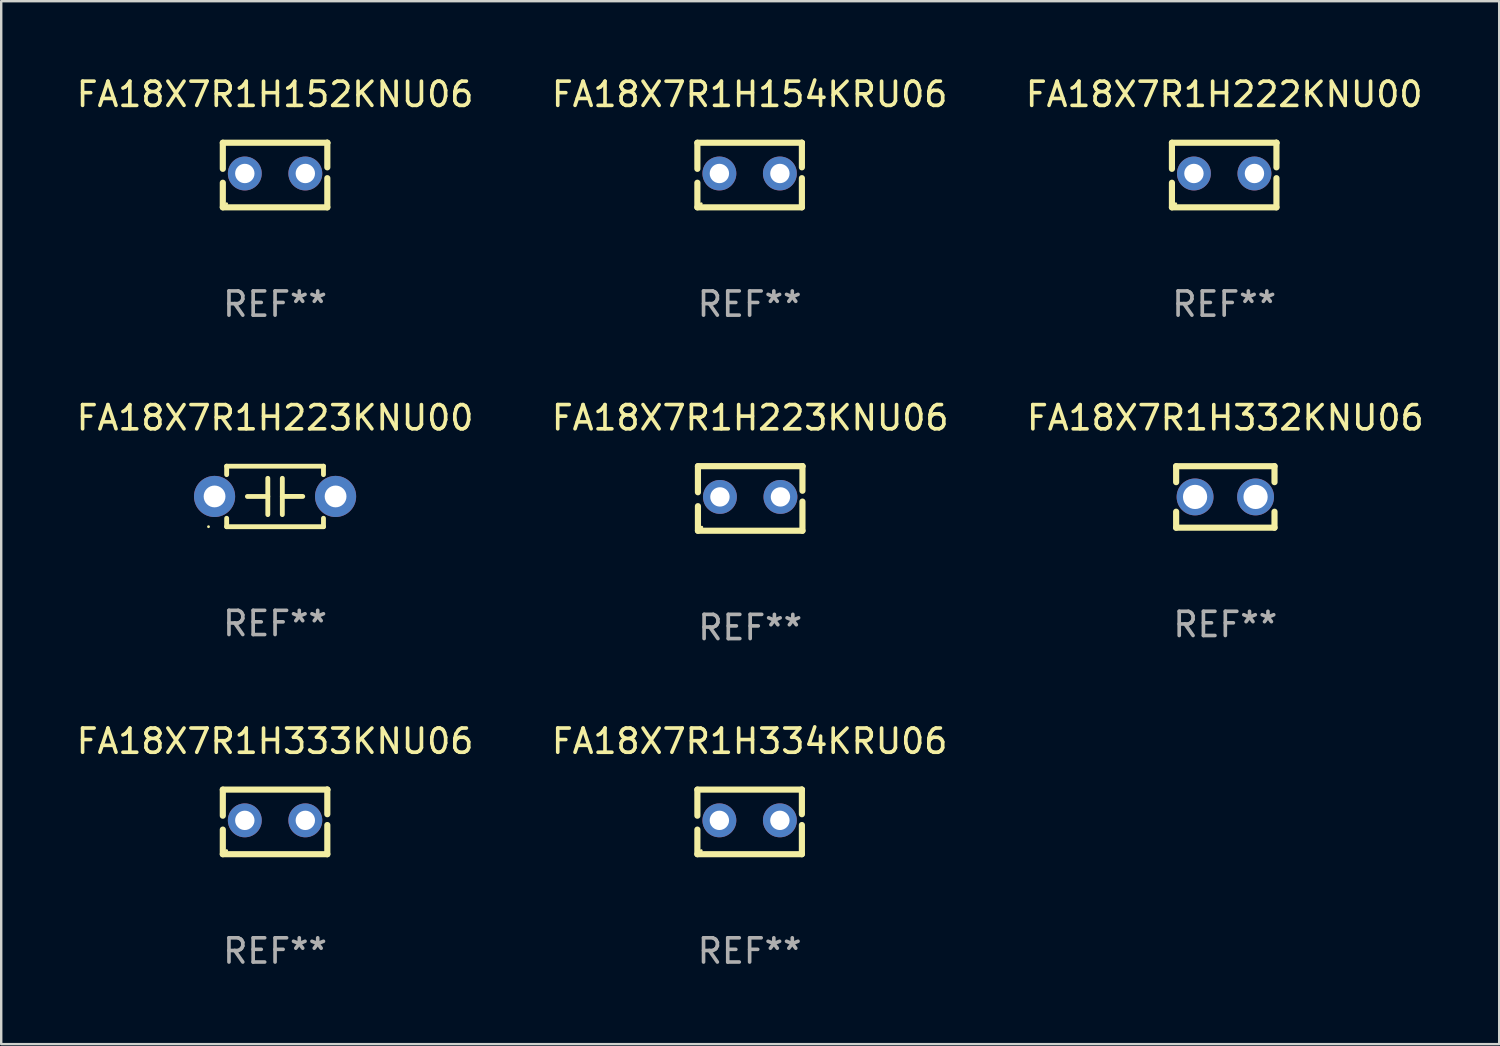
<source format=kicad_pcb>
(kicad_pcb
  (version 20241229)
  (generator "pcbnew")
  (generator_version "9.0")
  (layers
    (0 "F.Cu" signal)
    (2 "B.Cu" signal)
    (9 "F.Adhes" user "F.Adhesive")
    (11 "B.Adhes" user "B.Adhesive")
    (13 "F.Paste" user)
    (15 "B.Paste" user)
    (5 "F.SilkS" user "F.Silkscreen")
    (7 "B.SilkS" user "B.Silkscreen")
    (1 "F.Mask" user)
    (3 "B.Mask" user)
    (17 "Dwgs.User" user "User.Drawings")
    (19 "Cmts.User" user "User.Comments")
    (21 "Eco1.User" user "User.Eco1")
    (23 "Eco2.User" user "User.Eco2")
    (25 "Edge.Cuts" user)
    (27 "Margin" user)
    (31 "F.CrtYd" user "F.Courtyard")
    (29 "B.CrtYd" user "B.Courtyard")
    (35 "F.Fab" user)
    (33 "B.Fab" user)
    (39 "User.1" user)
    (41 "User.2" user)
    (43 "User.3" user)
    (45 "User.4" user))
  (footprint "FA18X7R1H334KRU06"
    (layer "F.Cu")
    (at 27.923 30.909)
    (property "Reference" "FA18X7R1H334KRU06" (at 0 -3.334 0) (layer "F.SilkS") (effects (font (size 1 1) (thickness 0.15))))
    (attr through_hole)
    (fp_line (start -2.159 -1.334) (end 2.159 -1.334) (stroke (width 0.254) (type solid)) (layer "F.SilkS"))
    (fp_line (start -2.159 -0.256) (end -2.159 -1.334) (stroke (width 0.254) (type solid)) (layer "F.SilkS"))
    (fp_line (start -2.159 1.334) (end -2.159 0.318) (stroke (width 0.254) (type solid)) (layer "F.SilkS"))
    (fp_line (start 2.159 -1.334) (end 2.159 -1.334) (stroke (width 0.254) (type solid)) (layer "F.SilkS"))
    (fp_line (start 2.159 -1.334) (end 2.159 -0.318) (stroke (width 0.254) (type solid)) (layer "F.SilkS"))
    (fp_line (start 2.159 0.129) (end 2.159 1.334) (stroke (width 0.254) (type solid)) (layer "F.SilkS"))
    (fp_line (start 2.159 1.334) (end -2.159 1.334) (stroke (width 0.254) (type solid)) (layer "F.SilkS"))
    (fp_circle (center -2 1.186) (end -1.97 1.186) (stroke (width 0.06) (type solid)) (fill no) (layer "F.SilkS"))
    (fp_text user "REF**" (at 0 5.334 0) (layer "F.Fab") (effects (font (size 1 1) (thickness 0.15))))
    (pad "1" thru_hole circle (at -1.25 -0.064) (size 1.4 1.4) (drill 0.8) (layers "*.Cu" "*.Mask"))
    (pad "2" thru_hole circle (at 1.25 -0.064) (size 1.4 1.4) (drill 0.8) (layers "*.Cu" "*.Mask")))
  (footprint "FA18X7R1H222KNU00"
    (layer "F.Cu")
    (at 47.53 4.182)
    (property "Reference" "FA18X7R1H222KNU00" (at 0 -3.334 0) (layer "F.SilkS") (effects (font (size 1 1) (thickness 0.15))))
    (attr through_hole)
    (fp_line (start -2.159 -1.334) (end 2.159 -1.334) (stroke (width 0.254) (type solid)) (layer "F.SilkS"))
    (fp_line (start -2.159 -0.256) (end -2.159 -1.334) (stroke (width 0.254) (type solid)) (layer "F.SilkS"))
    (fp_line (start -2.159 1.334) (end -2.159 0.318) (stroke (width 0.254) (type solid)) (layer "F.SilkS"))
    (fp_line (start 2.159 -1.334) (end 2.159 -1.334) (stroke (width 0.254) (type solid)) (layer "F.SilkS"))
    (fp_line (start 2.159 -1.334) (end 2.159 -0.318) (stroke (width 0.254) (type solid)) (layer "F.SilkS"))
    (fp_line (start 2.159 0.129) (end 2.159 1.334) (stroke (width 0.254) (type solid)) (layer "F.SilkS"))
    (fp_line (start 2.159 1.334) (end -2.159 1.334) (stroke (width 0.254) (type solid)) (layer "F.SilkS"))
    (fp_circle (center -2 1.186) (end -1.97 1.186) (stroke (width 0.06) (type solid)) (fill no) (layer "F.SilkS"))
    (fp_text user "REF**" (at 0 5.334 0) (layer "F.Fab") (effects (font (size 1 1) (thickness 0.15))))
    (pad "1" thru_hole circle (at -1.25 -0.064) (size 1.4 1.4) (drill 0.8) (layers "*.Cu" "*.Mask"))
    (pad "2" thru_hole circle (at 1.25 -0.064) (size 1.4 1.4) (drill 0.8) (layers "*.Cu" "*.Mask")))
  (footprint "FA18X7R1H332KNU06"
    (layer "F.Cu")
    (at 47.577 17.482)
    (property "Reference" "FA18X7R1H332KNU06" (at 0 -3.27 0) (layer "F.SilkS") (effects (font (size 1 1) (thickness 0.15))))
    (attr through_hole)
    (fp_line (start -2.032 -1.27) (end -2.032 -0.611) (stroke (width 0.254) (type solid)) (layer "F.SilkS"))
    (fp_line (start -2.032 0.611) (end -2.032 1.27) (stroke (width 0.254) (type solid)) (layer "F.SilkS"))
    (fp_line (start -2.032 1.27) (end 2.032 1.27) (stroke (width 0.254) (type solid)) (layer "F.SilkS"))
    (fp_line (start 2.032 -1.27) (end -2.032 -1.27) (stroke (width 0.254) (type solid)) (layer "F.SilkS"))
    (fp_line (start 2.032 -0.611) (end 2.032 -1.27) (stroke (width 0.254) (type solid)) (layer "F.SilkS"))
    (fp_line (start 2.032 1.27) (end 2.032 0.611) (stroke (width 0.254) (type solid)) (layer "F.SilkS"))
    (fp_circle (center -2 1.25) (end -1.97 1.25) (stroke (width 0.06) (type solid)) (fill no) (layer "F.SilkS"))
    (fp_text user "REF**" (at 0 5.27 0) (layer "F.Fab") (effects (font (size 1 1) (thickness 0.15))))
    (pad "1" thru_hole circle (at -1.25 0) (size 1.524 1.524) (drill 1) (layers "*.Cu" "*.Mask"))
    (pad "2" thru_hole circle (at 1.25 0) (size 1.524 1.524) (drill 1) (layers "*.Cu" "*.Mask")))
  (footprint "FA18X7R1H223KNU06"
    (layer "F.Cu")
    (at 27.946 17.545)
    (property "Reference" "FA18X7R1H223KNU06" (at 0 -3.334 0) (layer "F.SilkS") (effects (font (size 1 1) (thickness 0.15))))
    (attr through_hole)
    (fp_line (start -2.159 -1.334) (end 2.159 -1.334) (stroke (width 0.254) (type solid)) (layer "F.SilkS"))
    (fp_line (start -2.159 -0.256) (end -2.159 -1.334) (stroke (width 0.254) (type solid)) (layer "F.SilkS"))
    (fp_line (start -2.159 1.334) (end -2.159 0.318) (stroke (width 0.254) (type solid)) (layer "F.SilkS"))
    (fp_line (start 2.159 -1.334) (end 2.159 -1.334) (stroke (width 0.254) (type solid)) (layer "F.SilkS"))
    (fp_line (start 2.159 -1.334) (end 2.159 -0.318) (stroke (width 0.254) (type solid)) (layer "F.SilkS"))
    (fp_line (start 2.159 0.129) (end 2.159 1.334) (stroke (width 0.254) (type solid)) (layer "F.SilkS"))
    (fp_line (start 2.159 1.334) (end -2.159 1.334) (stroke (width 0.254) (type solid)) (layer "F.SilkS"))
    (fp_circle (center -2 1.186) (end -1.97 1.186) (stroke (width 0.06) (type solid)) (fill no) (layer "F.SilkS"))
    (fp_text user "REF**" (at 0 5.334 0) (layer "F.Fab") (effects (font (size 1 1) (thickness 0.15))))
    (pad "1" thru_hole circle (at -1.25 -0.064) (size 1.4 1.4) (drill 0.8) (layers "*.Cu" "*.Mask"))
    (pad "2" thru_hole circle (at 1.25 -0.064) (size 1.4 1.4) (drill 0.8) (layers "*.Cu" "*.Mask")))
  (footprint "FA18X7R1H223KNU00"
    (layer "F.Cu")
    (at 8.315 17.462)
    (property "Reference" "FA18X7R1H223KNU00" (at 0 -3.25 0) (layer "F.SilkS") (effects (font (size 1 1) (thickness 0.15))))
    (attr through_hole)
    (fp_line (start -2 -1.25) (end -2 -0.901) (stroke (width 0.2) (type solid)) (layer "F.SilkS"))
    (fp_line (start -2 -1.25) (end 2 -1.25) (stroke (width 0.2) (type solid)) (layer "F.SilkS"))
    (fp_line (start -2 0.901) (end -2 1.25) (stroke (width 0.2) (type solid)) (layer "F.SilkS"))
    (fp_line (start -0.3 -0.75) (end -0.3 0.75) (stroke (width 0.2) (type solid)) (layer "F.SilkS"))
    (fp_line (start -0.3 0.001) (end -1.143 0.001) (stroke (width 0.2) (type solid)) (layer "F.SilkS"))
    (fp_line (start 0.3 -0.001) (end 1.143 -0.001) (stroke (width 0.2) (type solid)) (layer "F.SilkS"))
    (fp_line (start 0.3 0.75) (end 0.3 -0.75) (stroke (width 0.2) (type solid)) (layer "F.SilkS"))
    (fp_line (start 2 -1.25) (end 2 -0.901) (stroke (width 0.2) (type solid)) (layer "F.SilkS"))
    (fp_line (start 2 0.901) (end 2 1.25) (stroke (width 0.2) (type solid)) (layer "F.SilkS"))
    (fp_line (start 2 1.25) (end -2 1.25) (stroke (width 0.2) (type solid)) (layer "F.SilkS"))
    (fp_circle (center -2.75 1.25) (end -2.72 1.25) (stroke (width 0.06) (type solid)) (fill no) (layer "F.SilkS"))
    (fp_text user "REF**" (at 0 5.25 0) (layer "F.Fab") (effects (font (size 1 1) (thickness 0.15))))
    (pad "1" thru_hole circle (at -2.5 0) (size 1.7 1.7) (drill 0.9) (layers "*.Cu" "*.Mask"))
    (pad "2" thru_hole circle (at 2.5 0) (size 1.7 1.7) (drill 0.9) (layers "*.Cu" "*.Mask")))
  (footprint "FA18X7R1H154KRU06"
    (layer "F.Cu")
    (at 27.923 4.182)
    (property "Reference" "FA18X7R1H154KRU06" (at 0 -3.334 0) (layer "F.SilkS") (effects (font (size 1 1) (thickness 0.15))))
    (attr through_hole)
    (fp_line (start -2.159 -1.334) (end 2.159 -1.334) (stroke (width 0.254) (type solid)) (layer "F.SilkS"))
    (fp_line (start -2.159 -0.256) (end -2.159 -1.334) (stroke (width 0.254) (type solid)) (layer "F.SilkS"))
    (fp_line (start -2.159 1.334) (end -2.159 0.318) (stroke (width 0.254) (type solid)) (layer "F.SilkS"))
    (fp_line (start 2.159 -1.334) (end 2.159 -1.334) (stroke (width 0.254) (type solid)) (layer "F.SilkS"))
    (fp_line (start 2.159 -1.334) (end 2.159 -0.318) (stroke (width 0.254) (type solid)) (layer "F.SilkS"))
    (fp_line (start 2.159 0.129) (end 2.159 1.334) (stroke (width 0.254) (type solid)) (layer "F.SilkS"))
    (fp_line (start 2.159 1.334) (end -2.159 1.334) (stroke (width 0.254) (type solid)) (layer "F.SilkS"))
    (fp_circle (center -2 1.186) (end -1.97 1.186) (stroke (width 0.06) (type solid)) (fill no) (layer "F.SilkS"))
    (fp_text user "REF**" (at 0 5.334 0) (layer "F.Fab") (effects (font (size 1 1) (thickness 0.15))))
    (pad "1" thru_hole circle (at -1.25 -0.064) (size 1.4 1.4) (drill 0.8) (layers "*.Cu" "*.Mask"))
    (pad "2" thru_hole circle (at 1.25 -0.064) (size 1.4 1.4) (drill 0.8) (layers "*.Cu" "*.Mask")))
  (footprint "FA18X7R1H333KNU06"
    (layer "F.Cu")
    (at 8.315 30.909)
    (property "Reference" "FA18X7R1H333KNU06" (at 0 -3.334 0) (layer "F.SilkS") (effects (font (size 1 1) (thickness 0.15))))
    (attr through_hole)
    (fp_line (start -2.159 -1.334) (end 2.159 -1.334) (stroke (width 0.254) (type solid)) (layer "F.SilkS"))
    (fp_line (start -2.159 -0.256) (end -2.159 -1.334) (stroke (width 0.254) (type solid)) (layer "F.SilkS"))
    (fp_line (start -2.159 1.334) (end -2.159 0.318) (stroke (width 0.254) (type solid)) (layer "F.SilkS"))
    (fp_line (start 2.159 -1.334) (end 2.159 -1.334) (stroke (width 0.254) (type solid)) (layer "F.SilkS"))
    (fp_line (start 2.159 -1.334) (end 2.159 -0.318) (stroke (width 0.254) (type solid)) (layer "F.SilkS"))
    (fp_line (start 2.159 0.129) (end 2.159 1.334) (stroke (width 0.254) (type solid)) (layer "F.SilkS"))
    (fp_line (start 2.159 1.334) (end -2.159 1.334) (stroke (width 0.254) (type solid)) (layer "F.SilkS"))
    (fp_circle (center -2 1.186) (end -1.97 1.186) (stroke (width 0.06) (type solid)) (fill no) (layer "F.SilkS"))
    (fp_text user "REF**" (at 0 5.334 0) (layer "F.Fab") (effects (font (size 1 1) (thickness 0.15))))
    (pad "1" thru_hole circle (at -1.25 -0.064) (size 1.4 1.4) (drill 0.8) (layers "*.Cu" "*.Mask"))
    (pad "2" thru_hole circle (at 1.25 -0.064) (size 1.4 1.4) (drill 0.8) (layers "*.Cu" "*.Mask")))
  (footprint "FA18X7R1H152KNU06"
    (layer "F.Cu")
    (at 8.315 4.182)
    (property "Reference" "FA18X7R1H152KNU06" (at 0 -3.334 0) (layer "F.SilkS") (effects (font (size 1 1) (thickness 0.15))))
    (attr through_hole)
    (fp_line (start -2.159 -1.334) (end 2.159 -1.334) (stroke (width 0.254) (type solid)) (layer "F.SilkS"))
    (fp_line (start -2.159 -0.256) (end -2.159 -1.334) (stroke (width 0.254) (type solid)) (layer "F.SilkS"))
    (fp_line (start -2.159 1.334) (end -2.159 0.318) (stroke (width 0.254) (type solid)) (layer "F.SilkS"))
    (fp_line (start 2.159 -1.334) (end 2.159 -1.334) (stroke (width 0.254) (type solid)) (layer "F.SilkS"))
    (fp_line (start 2.159 -1.334) (end 2.159 -0.318) (stroke (width 0.254) (type solid)) (layer "F.SilkS"))
    (fp_line (start 2.159 0.129) (end 2.159 1.334) (stroke (width 0.254) (type solid)) (layer "F.SilkS"))
    (fp_line (start 2.159 1.334) (end -2.159 1.334) (stroke (width 0.254) (type solid)) (layer "F.SilkS"))
    (fp_circle (center -2 1.186) (end -1.97 1.186) (stroke (width 0.06) (type solid)) (fill no) (layer "F.SilkS"))
    (fp_text user "REF**" (at 0 5.334 0) (layer "F.Fab") (effects (font (size 1 1) (thickness 0.15))))
    (pad "1" thru_hole circle (at -1.25 -0.064) (size 1.4 1.4) (drill 0.8) (layers "*.Cu" "*.Mask"))
    (pad "2" thru_hole circle (at 1.25 -0.064) (size 1.4 1.4) (drill 0.8) (layers "*.Cu" "*.Mask")))
  (gr_rect
    (start -3 -3)
    (end 58.893 40.091)
    (stroke (width 0.1) (type default))
    (fill no)
    (layer "Edge.Cuts")))
</source>
